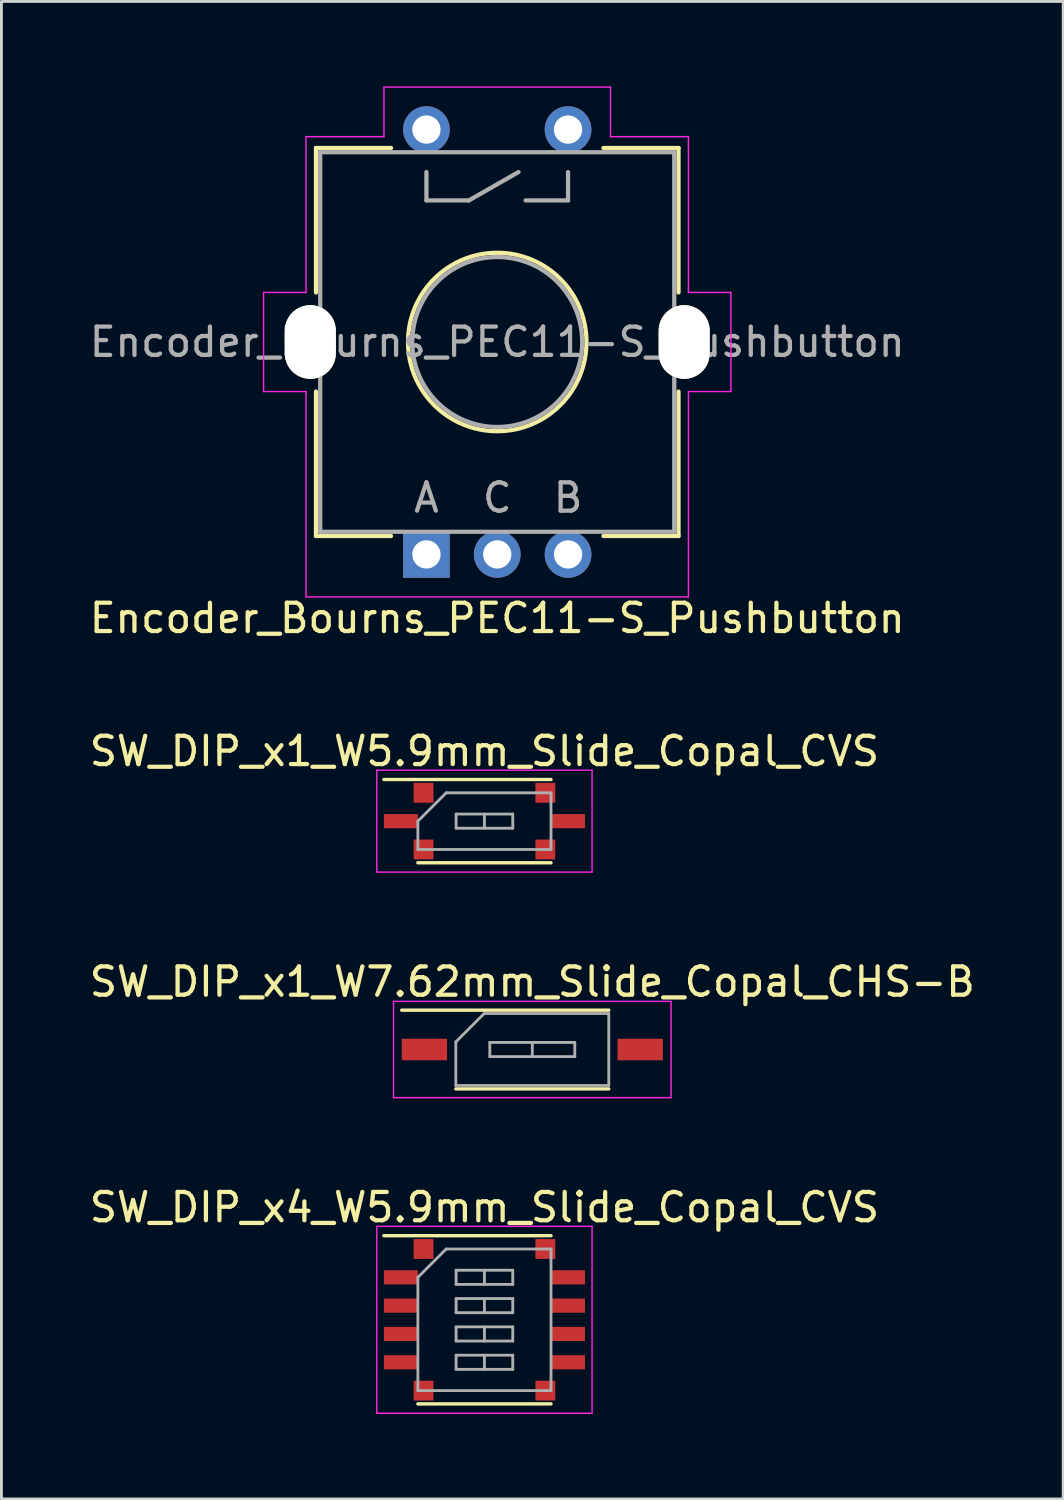
<source format=kicad_pcb>
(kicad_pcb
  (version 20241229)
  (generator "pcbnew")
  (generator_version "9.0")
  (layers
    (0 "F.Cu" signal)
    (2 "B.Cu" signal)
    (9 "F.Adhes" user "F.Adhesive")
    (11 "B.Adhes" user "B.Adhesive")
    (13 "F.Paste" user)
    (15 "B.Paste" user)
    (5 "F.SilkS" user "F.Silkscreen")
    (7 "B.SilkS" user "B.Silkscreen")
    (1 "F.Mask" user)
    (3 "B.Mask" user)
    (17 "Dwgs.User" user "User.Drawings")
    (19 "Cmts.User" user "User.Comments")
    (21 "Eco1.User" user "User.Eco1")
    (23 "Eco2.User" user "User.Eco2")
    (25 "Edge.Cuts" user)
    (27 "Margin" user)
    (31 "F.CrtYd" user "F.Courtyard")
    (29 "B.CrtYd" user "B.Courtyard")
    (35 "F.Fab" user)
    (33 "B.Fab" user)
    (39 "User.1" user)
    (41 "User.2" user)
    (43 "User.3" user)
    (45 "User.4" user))
  (footprint "SW_DIP_x4_W5.9mm_Slide_Copal_CVS"
    (layer "F.Cu")
    (at 14.054 43.548)
    (property "Reference" "SW_DIP_x4_W5.9mm_Slide_Copal_CVS" (at 0 -3.97 0) (layer "F.SilkS") (effects (font (size 1 1) (thickness 0.15))))
    (attr smd)
    (fp_line (start -3.55 -2.97) (end 2.35 -2.97) (stroke (width 0.12) (type solid)) (layer "F.SilkS"))
    (fp_line (start -2.35 2.97) (end 2.35 2.97) (stroke (width 0.12) (type solid)) (layer "F.SilkS"))
    (fp_line (start -3.8 -3.3) (end -3.8 3.3) (stroke (width 0.05) (type solid)) (layer "F.CrtYd"))
    (fp_line (start -3.8 3.3) (end 3.8 3.3) (stroke (width 0.05) (type solid)) (layer "F.CrtYd"))
    (fp_line (start 3.8 -3.3) (end -3.8 -3.3) (stroke (width 0.05) (type solid)) (layer "F.CrtYd"))
    (fp_line (start 3.8 3.3) (end 3.8 -3.3) (stroke (width 0.05) (type solid)) (layer "F.CrtYd"))
    (fp_line (start -2.35 -1.5) (end -1.35 -2.5) (stroke (width 0.1) (type solid)) (layer "F.Fab"))
    (fp_line (start -2.35 2.5) (end -2.35 -1.5) (stroke (width 0.1) (type solid)) (layer "F.Fab"))
    (fp_line (start -1.35 -2.5) (end 2.35 -2.5) (stroke (width 0.1) (type solid)) (layer "F.Fab"))
    (fp_line (start -1 -1.75) (end -1 -1.25) (stroke (width 0.1) (type solid)) (layer "F.Fab"))
    (fp_line (start -1 -1.25) (end 1 -1.25) (stroke (width 0.1) (type solid)) (layer "F.Fab"))
    (fp_line (start -1 -0.75) (end -1 -0.25) (stroke (width 0.1) (type solid)) (layer "F.Fab"))
    (fp_line (start -1 -0.25) (end 1 -0.25) (stroke (width 0.1) (type solid)) (layer "F.Fab"))
    (fp_line (start -1 0.25) (end -1 0.75) (stroke (width 0.1) (type solid)) (layer "F.Fab"))
    (fp_line (start -1 0.75) (end 1 0.75) (stroke (width 0.1) (type solid)) (layer "F.Fab"))
    (fp_line (start -1 1.25) (end -1 1.75) (stroke (width 0.1) (type solid)) (layer "F.Fab"))
    (fp_line (start -1 1.75) (end 1 1.75) (stroke (width 0.1) (type solid)) (layer "F.Fab"))
    (fp_line (start 0 -1.75) (end 0 -1.25) (stroke (width 0.1) (type solid)) (layer "F.Fab"))
    (fp_line (start 0 -0.75) (end 0 -0.25) (stroke (width 0.1) (type solid)) (layer "F.Fab"))
    (fp_line (start 0 0.25) (end 0 0.75) (stroke (width 0.1) (type solid)) (layer "F.Fab"))
    (fp_line (start 0 1.25) (end 0 1.75) (stroke (width 0.1) (type solid)) (layer "F.Fab"))
    (fp_line (start 1 -1.75) (end -1 -1.75) (stroke (width 0.1) (type solid)) (layer "F.Fab"))
    (fp_line (start 1 -1.25) (end 1 -1.75) (stroke (width 0.1) (type solid)) (layer "F.Fab"))
    (fp_line (start 1 -0.75) (end -1 -0.75) (stroke (width 0.1) (type solid)) (layer "F.Fab"))
    (fp_line (start 1 -0.25) (end 1 -0.75) (stroke (width 0.1) (type solid)) (layer "F.Fab"))
    (fp_line (start 1 0.25) (end -1 0.25) (stroke (width 0.1) (type solid)) (layer "F.Fab"))
    (fp_line (start 1 0.75) (end 1 0.25) (stroke (width 0.1) (type solid)) (layer "F.Fab"))
    (fp_line (start 1 1.25) (end -1 1.25) (stroke (width 0.1) (type solid)) (layer "F.Fab"))
    (fp_line (start 1 1.75) (end 1 1.25) (stroke (width 0.1) (type solid)) (layer "F.Fab"))
    (fp_line (start 2.35 -2.5) (end 2.35 2.5) (stroke (width 0.1) (type solid)) (layer "F.Fab"))
    (fp_line (start 2.35 2.5) (end -2.35 2.5) (stroke (width 0.1) (type solid)) (layer "F.Fab"))
    (pad "1" smd rect (at -2.95 -1.5) (size 1.2 0.5) (layers "F.Cu" "F.Mask"))
    (pad "2" smd rect (at -2.95 -0.5) (size 1.2 0.5) (layers "F.Cu" "F.Mask"))
    (pad "3" smd rect (at -2.95 0.5) (size 1.2 0.5) (layers "F.Cu" "F.Mask"))
    (pad "4" smd rect (at -2.95 1.5) (size 1.2 0.5) (layers "F.Cu" "F.Mask"))
    (pad "5" smd rect (at 2.95 1.5) (size 1.2 0.5) (layers "F.Cu" "F.Mask"))
    (pad "6" smd rect (at 2.95 0.5) (size 1.2 0.5) (layers "F.Cu" "F.Mask"))
    (pad "7" smd rect (at 2.95 -0.5) (size 1.2 0.5) (layers "F.Cu" "F.Mask"))
    (pad "8" smd rect (at 2.95 -1.5) (size 1.2 0.5) (layers "F.Cu" "F.Mask"))
    (pad "9" smd rect (at -2.15 -2.5) (size 0.7 0.7) (layers "F.Cu" "F.Mask"))
    (pad "9" smd rect (at -2.15 2.5) (size 0.7 0.7) (layers "F.Cu" "F.Mask"))
    (pad "9" smd rect (at 2.15 -2.5) (size 0.7 0.7) (layers "F.Cu" "F.Mask"))
    (pad "9" smd rect (at 2.15 2.5) (size 0.7 0.7) (layers "F.Cu" "F.Mask")))
  (footprint "SW_DIP_x1_W5.9mm_Slide_Copal_CVS"
    (layer "F.Cu")
    (at 14.054 25.942)
    (property "Reference" "SW_DIP_x1_W5.9mm_Slide_Copal_CVS" (at 0 -2.47 0) (layer "F.SilkS") (effects (font (size 1 1) (thickness 0.15))))
    (attr smd)
    (fp_line (start -3.55 -1.47) (end 2.35 -1.47) (stroke (width 0.12) (type solid)) (layer "F.SilkS"))
    (fp_line (start -2.35 1.47) (end 2.35 1.47) (stroke (width 0.12) (type solid)) (layer "F.SilkS"))
    (fp_line (start -3.8 -1.8) (end -3.8 1.8) (stroke (width 0.05) (type solid)) (layer "F.CrtYd"))
    (fp_line (start -3.8 1.8) (end 3.8 1.8) (stroke (width 0.05) (type solid)) (layer "F.CrtYd"))
    (fp_line (start 3.8 -1.8) (end -3.8 -1.8) (stroke (width 0.05) (type solid)) (layer "F.CrtYd"))
    (fp_line (start 3.8 1.8) (end 3.8 -1.8) (stroke (width 0.05) (type solid)) (layer "F.CrtYd"))
    (fp_line (start -2.35 0) (end -1.35 -1) (stroke (width 0.1) (type solid)) (layer "F.Fab"))
    (fp_line (start -2.35 1) (end -2.35 0) (stroke (width 0.1) (type solid)) (layer "F.Fab"))
    (fp_line (start -1.35 -1) (end 2.35 -1) (stroke (width 0.1) (type solid)) (layer "F.Fab"))
    (fp_line (start -1 -0.25) (end -1 0.25) (stroke (width 0.1) (type solid)) (layer "F.Fab"))
    (fp_line (start -1 0.25) (end 1 0.25) (stroke (width 0.1) (type solid)) (layer "F.Fab"))
    (fp_line (start 0 -0.25) (end 0 0.25) (stroke (width 0.1) (type solid)) (layer "F.Fab"))
    (fp_line (start 1 -0.25) (end -1 -0.25) (stroke (width 0.1) (type solid)) (layer "F.Fab"))
    (fp_line (start 1 0.25) (end 1 -0.25) (stroke (width 0.1) (type solid)) (layer "F.Fab"))
    (fp_line (start 2.35 -1) (end 2.35 1) (stroke (width 0.1) (type solid)) (layer "F.Fab"))
    (fp_line (start 2.35 1) (end -2.35 1) (stroke (width 0.1) (type solid)) (layer "F.Fab"))
    (pad "1" smd rect (at -2.95 0) (size 1.2 0.5) (layers "F.Cu" "F.Mask"))
    (pad "2" smd rect (at 2.95 0) (size 1.2 0.5) (layers "F.Cu" "F.Mask"))
    (pad "3" smd rect (at -2.15 -1) (size 0.7 0.7) (layers "F.Cu" "F.Mask"))
    (pad "3" smd rect (at -2.15 1) (size 0.7 0.7) (layers "F.Cu" "F.Mask"))
    (pad "3" smd rect (at 2.15 -1) (size 0.7 0.7) (layers "F.Cu" "F.Mask"))
    (pad "3" smd rect (at 2.15 1) (size 0.7 0.7) (layers "F.Cu" "F.Mask")))
  (footprint "SW_DIP_x1_W7.62mm_Slide_Copal_CHS-B"
    (layer "F.Cu")
    (at 15.744 34.005)
    (property "Reference" "SW_DIP_x1_W7.62mm_Slide_Copal_CHS-B" (at 0 -2.39 0) (layer "F.SilkS") (effects (font (size 1 1) (thickness 0.15))))
    (attr smd)
    (fp_line (start -4.61 -1.39) (end 2.7 -1.39) (stroke (width 0.12) (type solid)) (layer "F.SilkS"))
    (fp_line (start -2.7 1.39) (end 2.7 1.39) (stroke (width 0.12) (type solid)) (layer "F.SilkS"))
    (fp_line (start -4.9 -1.7) (end -4.9 1.7) (stroke (width 0.05) (type solid)) (layer "F.CrtYd"))
    (fp_line (start -4.9 1.7) (end 4.9 1.7) (stroke (width 0.05) (type solid)) (layer "F.CrtYd"))
    (fp_line (start 4.9 -1.7) (end -4.9 -1.7) (stroke (width 0.05) (type solid)) (layer "F.CrtYd"))
    (fp_line (start 4.9 1.7) (end 4.9 -1.7) (stroke (width 0.05) (type solid)) (layer "F.CrtYd"))
    (fp_line (start -2.7 -0.27) (end -1.7 -1.27) (stroke (width 0.1) (type solid)) (layer "F.Fab"))
    (fp_line (start -2.7 1.27) (end -2.7 -0.27) (stroke (width 0.1) (type solid)) (layer "F.Fab"))
    (fp_line (start -1.7 -1.27) (end 2.7 -1.27) (stroke (width 0.1) (type solid)) (layer "F.Fab"))
    (fp_line (start -1.5 -0.25) (end -1.5 0.25) (stroke (width 0.1) (type solid)) (layer "F.Fab"))
    (fp_line (start -1.5 0.25) (end 1.5 0.25) (stroke (width 0.1) (type solid)) (layer "F.Fab"))
    (fp_line (start 0 -0.25) (end 0 0.25) (stroke (width 0.1) (type solid)) (layer "F.Fab"))
    (fp_line (start 1.5 -0.25) (end -1.5 -0.25) (stroke (width 0.1) (type solid)) (layer "F.Fab"))
    (fp_line (start 1.5 0.25) (end 1.5 -0.25) (stroke (width 0.1) (type solid)) (layer "F.Fab"))
    (fp_line (start 2.7 -1.27) (end 2.7 1.27) (stroke (width 0.1) (type solid)) (layer "F.Fab"))
    (fp_line (start 2.7 1.27) (end -2.7 1.27) (stroke (width 0.1) (type solid)) (layer "F.Fab"))
    (pad "1" smd rect (at -3.81 0) (size 1.6 0.76) (layers "F.Cu" "F.Mask"))
    (pad "2" smd rect (at 3.81 0) (size 1.6 0.76) (layers "F.Cu" "F.Mask")))
  (footprint "Encoder_Bourns_PEC11-S_Pushbutton"
    (layer "F.Cu")
    (at 12.006 16.525)
    (property "Reference" "Encoder_Bourns_PEC11-S_Pushbutton" (at 2.5 2.25 0) (layer "F.SilkS") (effects (font (size 1 1) (thickness 0.15))))
    (attr through_hole)
    (fp_line (start -3.9 -14.35) (end -3.9 -9.25) (stroke (width 0.15) (type solid)) (layer "F.SilkS"))
    (fp_line (start -3.9 -5.75) (end -3.9 -0.65) (stroke (width 0.15) (type solid)) (layer "F.SilkS"))
    (fp_line (start -3.9 -0.65) (end -1.25 -0.65) (stroke (width 0.15) (type solid)) (layer "F.SilkS"))
    (fp_line (start -1.25 -14.35) (end -3.9 -14.35) (stroke (width 0.15) (type solid)) (layer "F.SilkS"))
    (fp_line (start 6.25 -0.65) (end 8.9 -0.65) (stroke (width 0.15) (type solid)) (layer "F.SilkS"))
    (fp_line (start 8.9 -14.35) (end 6.25 -14.35) (stroke (width 0.15) (type solid)) (layer "F.SilkS"))
    (fp_line (start 8.9 -9.25) (end 8.9 -14.35) (stroke (width 0.15) (type solid)) (layer "F.SilkS"))
    (fp_line (start 8.9 -0.65) (end 8.9 -5.75) (stroke (width 0.15) (type solid)) (layer "F.SilkS"))
    (fp_circle (center 2.5 -7.5) (end 5.65 -7.5) (stroke (width 0.15) (type solid)) (fill no) (layer "F.SilkS"))
    (fp_line (start -5.75 -9.25) (end -5.75 -5.75) (stroke (width 0.05) (type solid)) (layer "F.CrtYd"))
    (fp_line (start -5.75 -5.75) (end -4.25 -5.75) (stroke (width 0.05) (type solid)) (layer "F.CrtYd"))
    (fp_line (start -4.25 -14.75) (end -4.25 -9.25) (stroke (width 0.05) (type solid)) (layer "F.CrtYd"))
    (fp_line (start -4.25 -9.25) (end -5.75 -9.25) (stroke (width 0.05) (type solid)) (layer "F.CrtYd"))
    (fp_line (start -4.25 -5.75) (end -4.25 1.5) (stroke (width 0.05) (type solid)) (layer "F.CrtYd"))
    (fp_line (start -4.25 1.5) (end 9.25 1.5) (stroke (width 0.05) (type solid)) (layer "F.CrtYd"))
    (fp_line (start -1.5 -16.5) (end -1.5 -14.75) (stroke (width 0.05) (type solid)) (layer "F.CrtYd"))
    (fp_line (start -1.5 -14.75) (end -4.25 -14.75) (stroke (width 0.05) (type solid)) (layer "F.CrtYd"))
    (fp_line (start 6.5 -16.5) (end -1.5 -16.5) (stroke (width 0.05) (type solid)) (layer "F.CrtYd"))
    (fp_line (start 6.5 -14.75) (end 6.5 -16.5) (stroke (width 0.05) (type solid)) (layer "F.CrtYd"))
    (fp_line (start 9.25 -14.75) (end 6.5 -14.75) (stroke (width 0.05) (type solid)) (layer "F.CrtYd"))
    (fp_line (start 9.25 -9.25) (end 9.25 -14.75) (stroke (width 0.05) (type solid)) (layer "F.CrtYd"))
    (fp_line (start 9.25 -5.75) (end 10.75 -5.75) (stroke (width 0.05) (type solid)) (layer "F.CrtYd"))
    (fp_line (start 9.25 1.5) (end 9.25 -5.75) (stroke (width 0.05) (type solid)) (layer "F.CrtYd"))
    (fp_line (start 10.75 -9.25) (end 9.25 -9.25) (stroke (width 0.05) (type solid)) (layer "F.CrtYd"))
    (fp_line (start 10.75 -5.75) (end 10.75 -9.25) (stroke (width 0.05) (type solid)) (layer "F.CrtYd"))
    (fp_line (start -3.75 -14.2) (end 8.75 -14.2) (stroke (width 0.15) (type solid)) (layer "F.Fab"))
    (fp_line (start -3.75 -0.8) (end -3.75 -14.2) (stroke (width 0.15) (type solid)) (layer "F.Fab"))
    (fp_line (start 0 -13.5) (end 0 -12.5) (stroke (width 0.15) (type solid)) (layer "F.Fab"))
    (fp_line (start 0 -12.5) (end 1.5 -12.5) (stroke (width 0.15) (type solid)) (layer "F.Fab"))
    (fp_line (start 1.5 -12.5) (end 3.25 -13.5) (stroke (width 0.15) (type solid)) (layer "F.Fab"))
    (fp_line (start 5 -13.5) (end 5 -12.5) (stroke (width 0.15) (type solid)) (layer "F.Fab"))
    (fp_line (start 5 -12.5) (end 3.5 -12.5) (stroke (width 0.15) (type solid)) (layer "F.Fab"))
    (fp_line (start 8.75 -14.2) (end 8.75 -0.8) (stroke (width 0.15) (type solid)) (layer "F.Fab"))
    (fp_line (start 8.75 -0.8) (end -3.75 -0.8) (stroke (width 0.15) (type solid)) (layer "F.Fab"))
    (fp_circle (center 2.5 -7.5) (end 5.5 -7.5) (stroke (width 0.15) (type solid)) (fill no) (layer "F.Fab"))
    (fp_text user "C" (at 2.5 -2 0) (layer "F.Fab") (effects (font (size 1 1) (thickness 0.15))))
    (fp_text user "A" (at 0 -2 0) (layer "F.Fab") (effects (font (size 1 1) (thickness 0.15))))
    (fp_text user "B" (at 5 -2 0) (layer "F.Fab") (effects (font (size 1 1) (thickness 0.15))))
    (fp_text user "${REFERENCE}" (at 2.5 -7.5 0) (layer "F.Fab") (effects (font (size 1 1) (thickness 0.15))))
    (pad "" np_thru_hole oval (at -4.1 -7.5) (size 1.8 2.6) (drill oval 1.8 2.6) (layers "*.Cu" "*.Mask" "F.SilkS"))
    (pad "" np_thru_hole oval (at 9.1 -7.5) (size 1.8 2.6) (drill oval 1.8 2.6) (layers "*.Cu" "*.Mask" "F.SilkS"))
    (pad "1" thru_hole rect (at 0 0) (size 1.65 1.65) (drill 1) (layers "*.Cu" "*.Mask"))
    (pad "2" thru_hole circle (at 2.5 0) (size 1.65 1.65) (drill 1) (layers "*.Cu" "*.Mask"))
    (pad "3" thru_hole circle (at 5 0) (size 1.65 1.65) (drill 1) (layers "*.Cu" "*.Mask"))
    (pad "4" thru_hole circle (at 5 -15) (size 1.65 1.65) (drill 1) (layers "*.Cu" "*.Mask"))
    (pad "5" thru_hole circle (at 0 -15) (size 1.65 1.65) (drill 1) (layers "*.Cu" "*.Mask")))
  (gr_rect
    (start -3 -3)
    (end 34.488 49.873)
    (stroke (width 0.1) (type default))
    (fill no)
    (layer "Edge.Cuts")))
</source>
